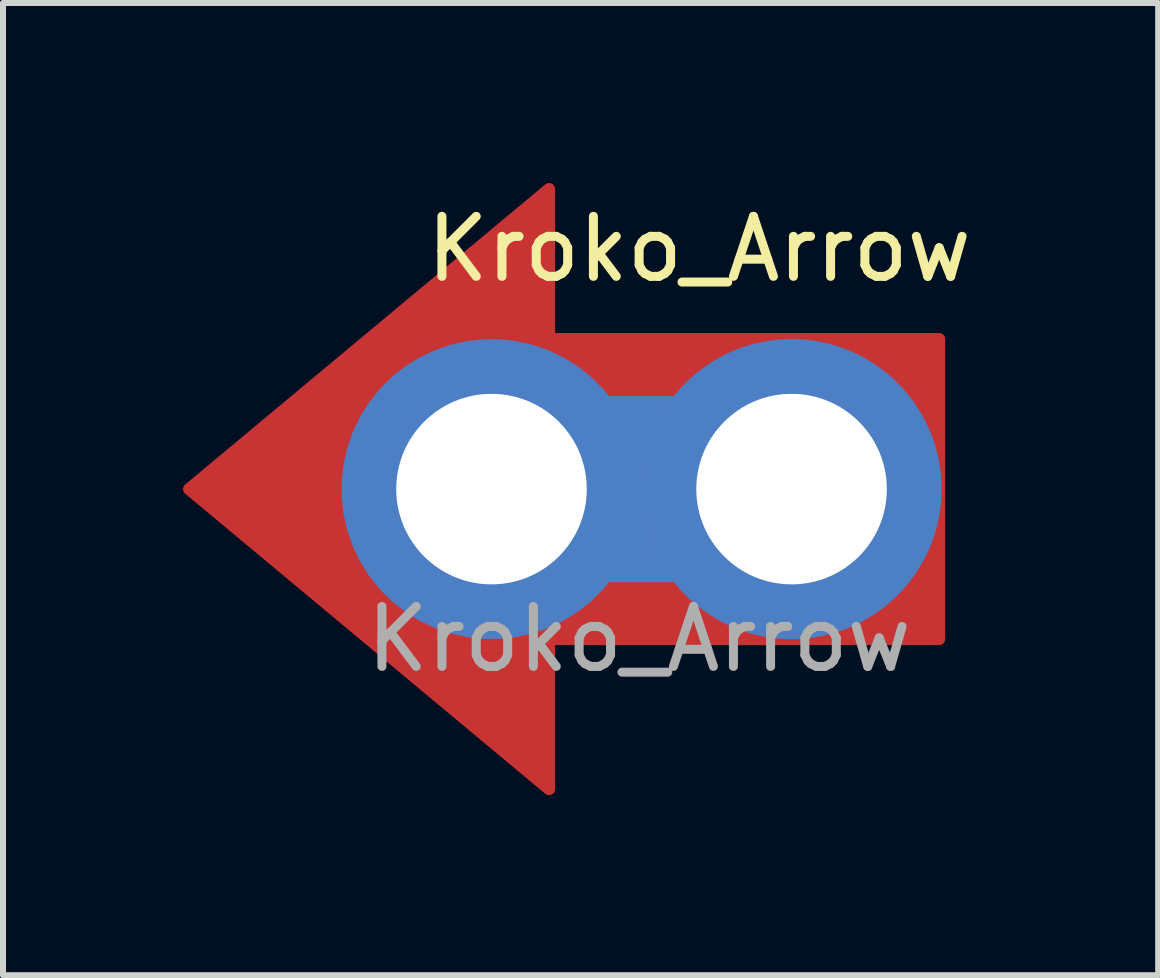
<source format=kicad_pcb>
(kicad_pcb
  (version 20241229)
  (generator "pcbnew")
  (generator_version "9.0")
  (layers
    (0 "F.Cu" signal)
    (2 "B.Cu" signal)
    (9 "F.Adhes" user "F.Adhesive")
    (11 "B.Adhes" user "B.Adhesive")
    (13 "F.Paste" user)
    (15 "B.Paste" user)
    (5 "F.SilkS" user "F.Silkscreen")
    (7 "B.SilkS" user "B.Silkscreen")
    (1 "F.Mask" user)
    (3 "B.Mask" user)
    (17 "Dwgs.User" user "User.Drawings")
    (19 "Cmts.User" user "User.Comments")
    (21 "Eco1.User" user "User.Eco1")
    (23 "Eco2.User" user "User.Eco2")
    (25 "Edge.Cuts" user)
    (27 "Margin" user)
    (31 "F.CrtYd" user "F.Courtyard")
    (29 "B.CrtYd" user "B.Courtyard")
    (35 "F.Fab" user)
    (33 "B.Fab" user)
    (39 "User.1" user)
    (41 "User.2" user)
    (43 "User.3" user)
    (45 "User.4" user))
  (footprint "Kroko_Arrow"
    (layer "F.Cu")
    (at 7.6 5.1)
    (property "Reference" "Kroko_Arrow" (at 1 -4 0) (unlocked yes) (layer "F.SilkS") (effects (font (size 1 1) (thickness 0.15))))
    (attr smd)
    (fp_poly (pts (xy -1.5 -2.5) (xy 5 -2.5) (xy 5 2.5) (xy -1.5 2.5) (xy -1.5 5) (xy -7.5 0) (xy -1.5 -5)) (stroke (width 0.2) (type solid)) (fill yes) (layer "F.Cu"))
    (fp_poly (pts (xy -1.5 -2.5) (xy 5 -2.5) (xy 5 2.5) (xy -1.5 2.5) (xy -1.5 5) (xy -7.5 0) (xy -1.5 -5)) (stroke (width 0.2) (type solid)) (fill yes) (layer "F.Mask"))
    (fp_text user "${REFERENCE}" (at 0 2.5 0) (unlocked yes) (layer "F.Fab") (effects (font (size 1 1) (thickness 0.15))))
    (pad "1" thru_hole custom (at -2.46 0) (size 5 5) (drill 3.175) (layers "*.Cu" "*.Mask") (options (anchor circle)) (primitives (gr_poly (pts (xy 3.25 1.5) (xy 1.75 1.5) (xy 1.75 -1.5) (xy 3.25 -1.5)) (width 0.1) (fill yes))))
    (pad "1" thru_hole circle (at 2.54 0) (size 5 5) (drill 3.175) (layers "*.Cu" "*.Mask")))
  (gr_rect
    (start -3 -3)
    (end 16.249 13.2)
    (stroke (width 0.1) (type default))
    (fill no)
    (layer "Edge.Cuts")))
</source>
